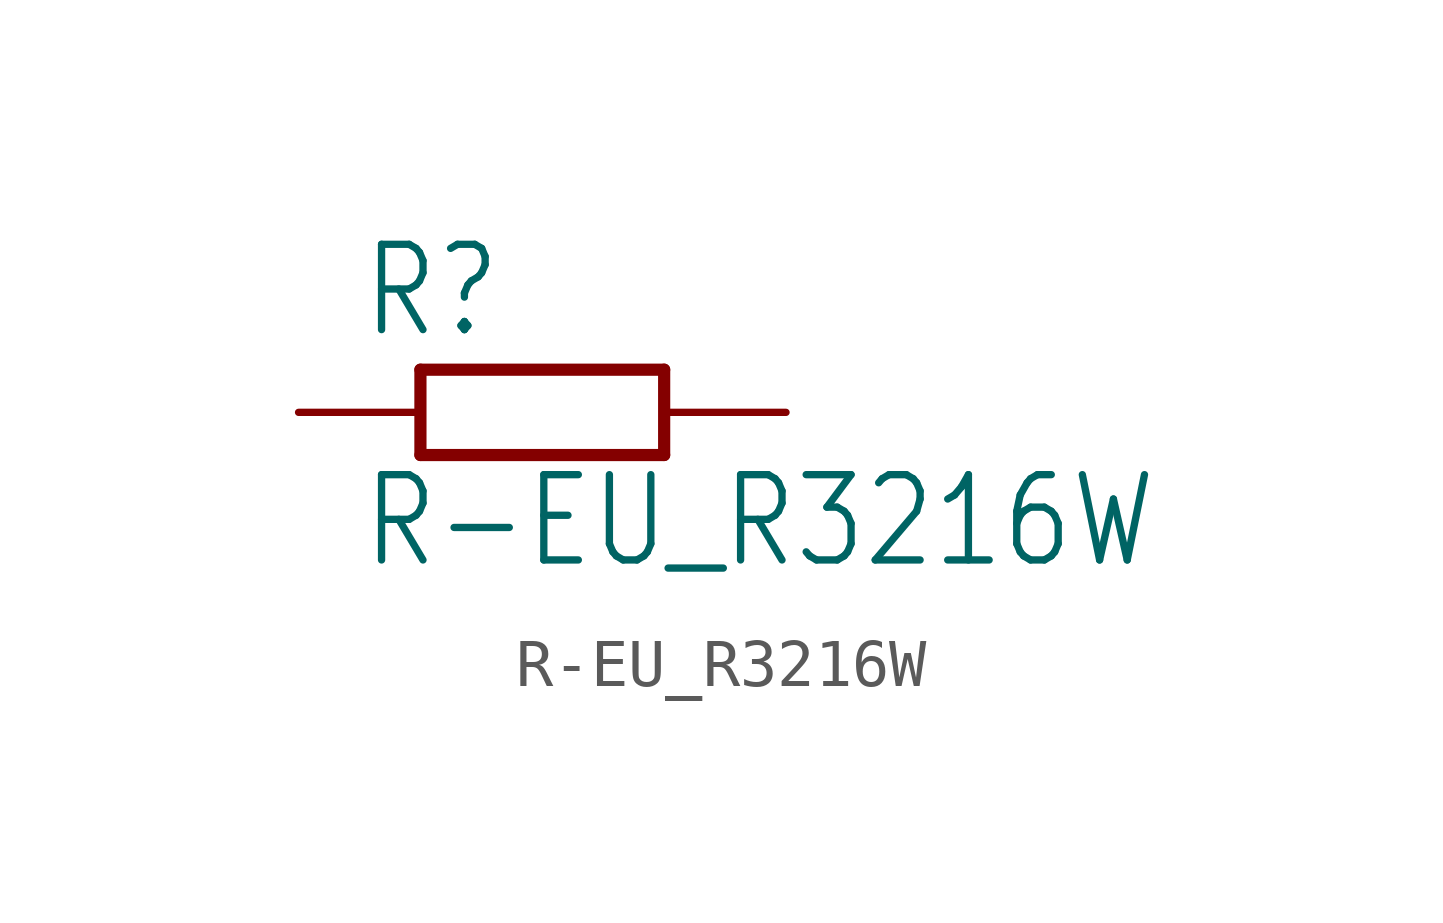
<source format=kicad_sym>
(kicad_symbol_lib
  (version 20210619)
  (generator kicad_symbol_editor)
  (symbol "R-EU_R3216W"
    (property "Reference" "R"
      (at -3.81 1.499 0)
      (effects (font (size 1.778 1.511)) (justify left bottom)))
    (property "Value" "R-EU_R3216W"
      (at -3.81 -3.302 0)
      (effects (font (size 1.778 1.511)) (justify left bottom)))
    (property "ki_locked" ""
      (at 0 0 0)
      (effects (font (size 1.27 1.27))))
    (symbol "R-EU_R3216W_1_0"
      (polyline (pts (xy -2.54 -0.889) (xy -2.54 0.889)) (stroke (width 0.254)) (fill (type none)))
      (polyline (pts (xy -2.54 -0.889) (xy 2.54 -0.889)) (stroke (width 0.254)) (fill (type none)))
      (polyline (pts (xy 2.54 -0.889) (xy 2.54 0.889)) (stroke (width 0.254)) (fill (type none)))
      (polyline (pts (xy 2.54 0.889) (xy -2.54 0.889)) (stroke (width 0.254)) (fill (type none)))
      (pin passive line (at -5.08 0 0) (length 2.54) (name "1" (effects (font (size 0 0)))) (number "1" (effects (font (size 0 0)))))
      (pin passive line (at 5.08 0 180) (length 2.54) (name "2" (effects (font (size 0 0)))) (number "2" (effects (font (size 0 0))))))))
</source>
